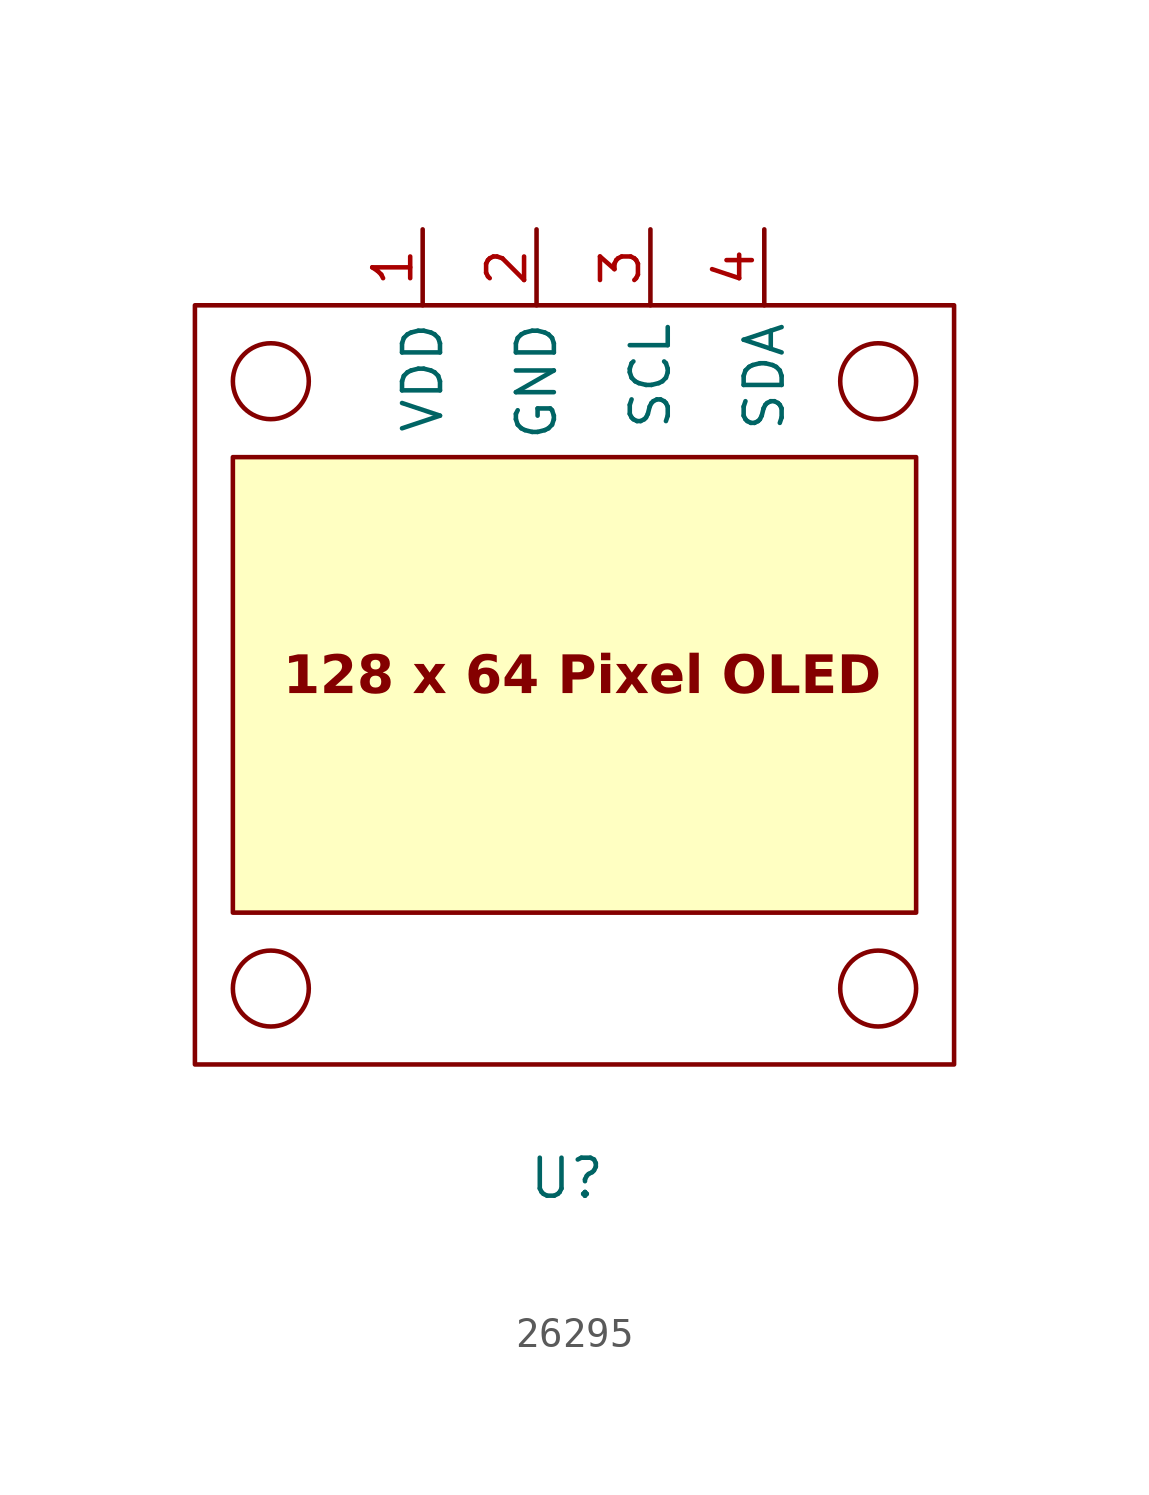
<source format=kicad_sym>
(kicad_symbol_lib
  (version 20241209)
  (generator "kicad_symbol_editor")
  (generator_version "9.0")
  (symbol "26295"
    (property "Reference" "U"
      (at -0.254 -3.81 0)
      (effects (font (size 1.27 1.27))))
    (property "Value" ""
      (at 0 0 0)
      (effects (font (size 1.27 1.27))))
    (symbol "26295_0_1"
      (circle (center -10.16 22.86) (radius 1.27) (stroke (width 0) (type default)) (fill (type none)))
      (circle (center -10.16 2.54) (radius 1.27) (stroke (width 0) (type default)) (fill (type none)))
      (circle (center 10.16 2.54) (radius 1.27) (stroke (width 0) (type default)) (fill (type none))))
    (symbol "26295_1_1"
      (rectangle (start -12.7 25.4) (end 12.7 0) (stroke (width 0) (type solid)) (fill (type none)))
      (rectangle (start -11.43 20.32) (end 11.43 5.08) (stroke (width 0) (type solid)) (fill (type background)))
      (circle (center 10.16 22.86) (radius 1.27) (stroke (width 0) (type solid)) (fill (type none)))
      (text "128 x 64 Pixel OLED" (at 0.254 12.954 0) (effects (font (face "Arial") (size 1.27 1.27) (bold yes))))
      (pin power_in line (at -5.08 27.94 270) (length 2.54) (name "VDD" (effects (font (size 1.27 1.27)))) (number "1" (effects (font (size 1.27 1.27)))))
      (pin power_in line (at -1.27 27.94 270) (length 2.54) (name "GND" (effects (font (size 1.27 1.27)))) (number "2" (effects (font (size 1.27 1.27)))))
      (pin power_in line (at 2.54 27.94 270) (length 2.54) (name "SCL" (effects (font (size 1.27 1.27)))) (number "3" (effects (font (size 1.27 1.27)))))
      (pin power_in line (at 6.35 27.94 270) (length 2.54) (name "SDA" (effects (font (size 1.27 1.27)))) (number "4" (effects (font (size 1.27 1.27))))))))
</source>
